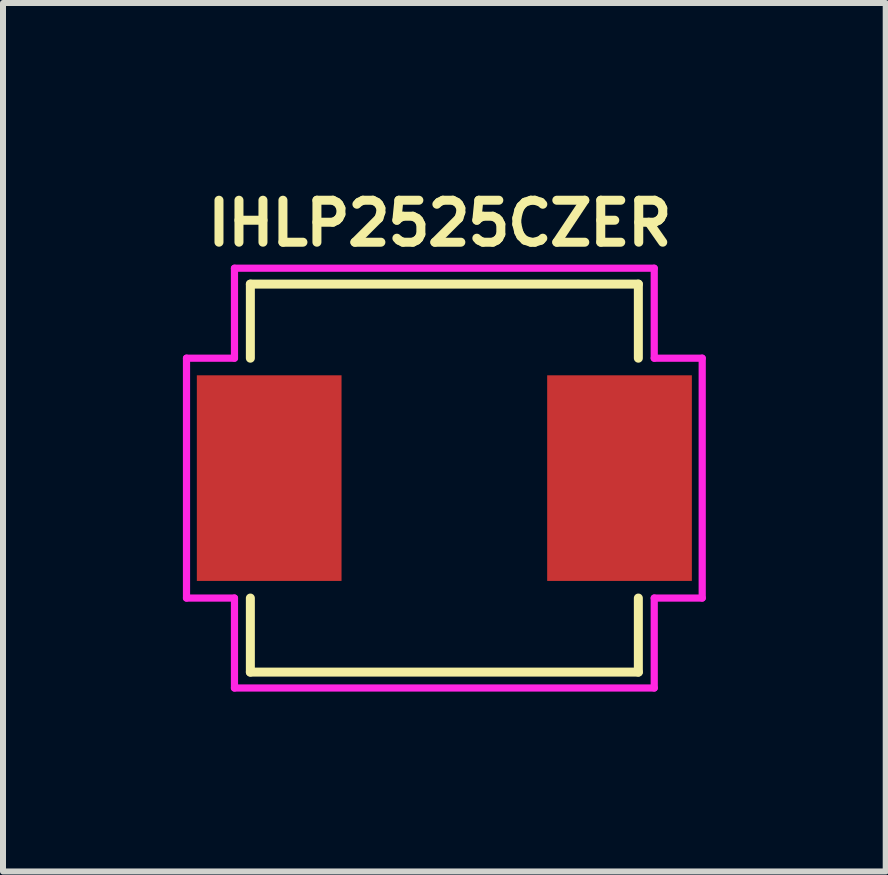
<source format=kicad_pcb>
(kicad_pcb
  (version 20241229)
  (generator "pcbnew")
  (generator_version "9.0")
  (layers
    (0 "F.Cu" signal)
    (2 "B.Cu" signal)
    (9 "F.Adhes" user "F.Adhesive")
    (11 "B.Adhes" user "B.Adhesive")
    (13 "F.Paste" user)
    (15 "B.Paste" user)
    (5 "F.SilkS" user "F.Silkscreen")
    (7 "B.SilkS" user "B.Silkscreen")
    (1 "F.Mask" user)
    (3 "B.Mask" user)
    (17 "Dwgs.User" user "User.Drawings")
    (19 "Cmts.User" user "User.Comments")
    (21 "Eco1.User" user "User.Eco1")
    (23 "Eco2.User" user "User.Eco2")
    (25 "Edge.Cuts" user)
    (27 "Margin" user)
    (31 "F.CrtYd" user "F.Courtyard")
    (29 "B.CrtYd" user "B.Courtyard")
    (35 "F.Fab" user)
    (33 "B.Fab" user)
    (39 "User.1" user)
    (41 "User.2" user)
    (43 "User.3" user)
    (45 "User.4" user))
  (footprint "IHLP2525CZER"
    (layer "F.Cu")
    (at 4.36 4.923)
    (property "Reference" "IHLP2525CZER" (at -0.075 -4.25 0) (layer "F.SilkS") (effects (font (size 0.7 0.7) (thickness 0.15))))
    (attr smd)
    (fp_line (start -3.235 -3.235) (end -3.235 -2) (stroke (width 0.15) (type solid)) (layer "F.SilkS"))
    (fp_line (start -3.235 -3.235) (end 3.235 -3.235) (stroke (width 0.15) (type solid)) (layer "F.SilkS"))
    (fp_line (start -3.235 3.235) (end -3.235 2) (stroke (width 0.15) (type solid)) (layer "F.SilkS"))
    (fp_line (start 3.235 -3.235) (end 3.235 -2) (stroke (width 0.15) (type solid)) (layer "F.SilkS"))
    (fp_line (start 3.235 3.235) (end -3.235 3.235) (stroke (width 0.15) (type solid)) (layer "F.SilkS"))
    (fp_line (start 3.235 3.235) (end 3.235 2) (stroke (width 0.15) (type solid)) (layer "F.SilkS"))
    (fp_line (start -4.3 -2) (end -4.3 2) (stroke (width 0.12) (type solid)) (layer "F.CrtYd"))
    (fp_line (start -4.3 -2) (end -3.5 -2) (stroke (width 0.12) (type solid)) (layer "F.CrtYd"))
    (fp_line (start -4.3 2) (end -3.5 2) (stroke (width 0.12) (type solid)) (layer "F.CrtYd"))
    (fp_line (start -3.5 -2) (end -3.5 -3.5) (stroke (width 0.12) (type solid)) (layer "F.CrtYd"))
    (fp_line (start -3.5 2) (end -3.5 3.5) (stroke (width 0.12) (type solid)) (layer "F.CrtYd"))
    (fp_line (start 3.5 -3.5) (end -3.5 -3.5) (stroke (width 0.12) (type solid)) (layer "F.CrtYd"))
    (fp_line (start 3.5 -2) (end 3.5 -3.5) (stroke (width 0.12) (type solid)) (layer "F.CrtYd"))
    (fp_line (start 3.5 2) (end 3.5 3.5) (stroke (width 0.12) (type solid)) (layer "F.CrtYd"))
    (fp_line (start 3.5 3.5) (end -3.5 3.5) (stroke (width 0.12) (type solid)) (layer "F.CrtYd"))
    (fp_line (start 4.3 -2) (end 3.5 -2) (stroke (width 0.12) (type solid)) (layer "F.CrtYd"))
    (fp_line (start 4.3 2) (end 3.5 2) (stroke (width 0.12) (type solid)) (layer "F.CrtYd"))
    (fp_line (start 4.3 2) (end 4.3 -2) (stroke (width 0.12) (type solid)) (layer "F.CrtYd"))
    (pad "1" smd rect (at -2.921 0 90) (size 3.429 2.413) (layers "F.Cu" "F.Mask" "F.Paste"))
    (pad "2" smd rect (at 2.921 0 90) (size 3.429 2.413) (layers "F.Cu" "F.Mask" "F.Paste")))
  (gr_rect
    (start -3 -3)
    (end 11.72 11.483)
    (stroke (width 0.1) (type default))
    (fill no)
    (layer "Edge.Cuts")))
</source>
